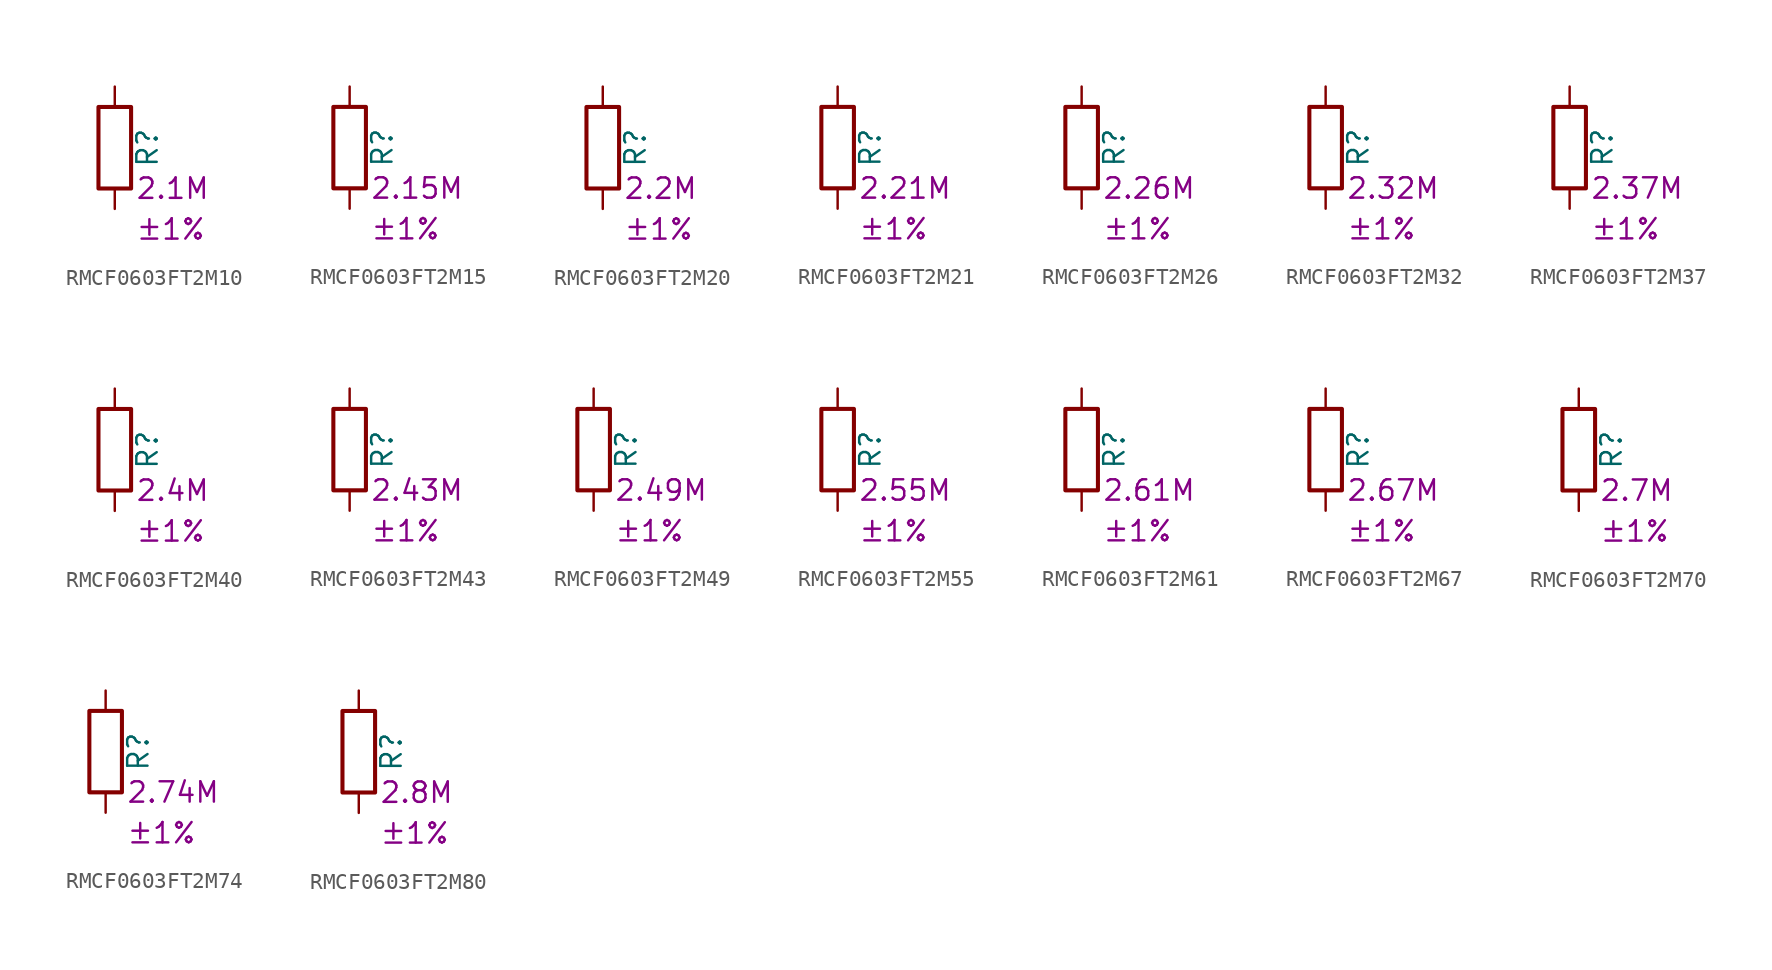
<source format=kicad_sym>
(kicad_symbol_lib
  (version 20220914)
  (generator kicad_symbol_editor)
  (symbol "RMCF0603FT2M10"
    (pin_numbers hide)
    (pin_names
      (offset 0))
    (property "Reference" "R"
      (at 2.032 0 90)
      (effects (font (size 1.27 1.27))))
    (property "Resistance" "2.1M"
      (at 1.27 -2.54 0)
      (effects (font (size 1.27 1.27)) (justify left)))
    (property "Tolerance" "±1%"
      (at 1.27 -5.08 0)
      (effects (font (size 1.27 1.27)) (justify left)))
    (symbol "RMCF0603FT2M10_0_1"
      (rectangle (start -1.016 -2.54) (end 1.016 2.54) (stroke (width 0.254) (type default)) (fill (type none))))
    (symbol "RMCF0603FT2M10_1_1"
      (pin passive line (at 0 3.81 270) (length 1.27) (name "~" (effects (font (size 1.27 1.27)))) (number "1" (effects (font (size 1.27 1.27)))))
      (pin passive line (at 0 -3.81 90) (length 1.27) (name "~" (effects (font (size 1.27 1.27)))) (number "2" (effects (font (size 1.27 1.27)))))))
  (symbol "RMCF0603FT2M15"
    (pin_numbers hide)
    (pin_names
      (offset 0))
    (property "Reference" "R"
      (at 2.032 0 90)
      (effects (font (size 1.27 1.27))))
    (property "Resistance" "2.15M"
      (at 1.27 -2.54 0)
      (effects (font (size 1.27 1.27)) (justify left)))
    (property "Tolerance" "±1%"
      (at 1.27 -5.08 0)
      (effects (font (size 1.27 1.27)) (justify left)))
    (symbol "RMCF0603FT2M15_0_1"
      (rectangle (start -1.016 -2.54) (end 1.016 2.54) (stroke (width 0.254) (type default)) (fill (type none))))
    (symbol "RMCF0603FT2M15_1_1"
      (pin passive line (at 0 3.81 270) (length 1.27) (name "~" (effects (font (size 1.27 1.27)))) (number "1" (effects (font (size 1.27 1.27)))))
      (pin passive line (at 0 -3.81 90) (length 1.27) (name "~" (effects (font (size 1.27 1.27)))) (number "2" (effects (font (size 1.27 1.27)))))))
  (symbol "RMCF0603FT2M20"
    (pin_numbers hide)
    (pin_names
      (offset 0))
    (property "Reference" "R"
      (at 2.032 0 90)
      (effects (font (size 1.27 1.27))))
    (property "Resistance" "2.2M"
      (at 1.27 -2.54 0)
      (effects (font (size 1.27 1.27)) (justify left)))
    (property "Tolerance" "±1%"
      (at 1.27 -5.08 0)
      (effects (font (size 1.27 1.27)) (justify left)))
    (symbol "RMCF0603FT2M20_0_1"
      (rectangle (start -1.016 -2.54) (end 1.016 2.54) (stroke (width 0.254) (type default)) (fill (type none))))
    (symbol "RMCF0603FT2M20_1_1"
      (pin passive line (at 0 3.81 270) (length 1.27) (name "~" (effects (font (size 1.27 1.27)))) (number "1" (effects (font (size 1.27 1.27)))))
      (pin passive line (at 0 -3.81 90) (length 1.27) (name "~" (effects (font (size 1.27 1.27)))) (number "2" (effects (font (size 1.27 1.27)))))))
  (symbol "RMCF0603FT2M21"
    (pin_numbers hide)
    (pin_names
      (offset 0))
    (property "Reference" "R"
      (at 2.032 0 90)
      (effects (font (size 1.27 1.27))))
    (property "Resistance" "2.21M"
      (at 1.27 -2.54 0)
      (effects (font (size 1.27 1.27)) (justify left)))
    (property "Tolerance" "±1%"
      (at 1.27 -5.08 0)
      (effects (font (size 1.27 1.27)) (justify left)))
    (symbol "RMCF0603FT2M21_0_1"
      (rectangle (start -1.016 -2.54) (end 1.016 2.54) (stroke (width 0.254) (type default)) (fill (type none))))
    (symbol "RMCF0603FT2M21_1_1"
      (pin passive line (at 0 3.81 270) (length 1.27) (name "~" (effects (font (size 1.27 1.27)))) (number "1" (effects (font (size 1.27 1.27)))))
      (pin passive line (at 0 -3.81 90) (length 1.27) (name "~" (effects (font (size 1.27 1.27)))) (number "2" (effects (font (size 1.27 1.27)))))))
  (symbol "RMCF0603FT2M26"
    (pin_numbers hide)
    (pin_names
      (offset 0))
    (property "Reference" "R"
      (at 2.032 0 90)
      (effects (font (size 1.27 1.27))))
    (property "Resistance" "2.26M"
      (at 1.27 -2.54 0)
      (effects (font (size 1.27 1.27)) (justify left)))
    (property "Tolerance" "±1%"
      (at 1.27 -5.08 0)
      (effects (font (size 1.27 1.27)) (justify left)))
    (symbol "RMCF0603FT2M26_0_1"
      (rectangle (start -1.016 -2.54) (end 1.016 2.54) (stroke (width 0.254) (type default)) (fill (type none))))
    (symbol "RMCF0603FT2M26_1_1"
      (pin passive line (at 0 3.81 270) (length 1.27) (name "~" (effects (font (size 1.27 1.27)))) (number "1" (effects (font (size 1.27 1.27)))))
      (pin passive line (at 0 -3.81 90) (length 1.27) (name "~" (effects (font (size 1.27 1.27)))) (number "2" (effects (font (size 1.27 1.27)))))))
  (symbol "RMCF0603FT2M32"
    (pin_numbers hide)
    (pin_names
      (offset 0))
    (property "Reference" "R"
      (at 2.032 0 90)
      (effects (font (size 1.27 1.27))))
    (property "Resistance" "2.32M"
      (at 1.27 -2.54 0)
      (effects (font (size 1.27 1.27)) (justify left)))
    (property "Tolerance" "±1%"
      (at 1.27 -5.08 0)
      (effects (font (size 1.27 1.27)) (justify left)))
    (symbol "RMCF0603FT2M32_0_1"
      (rectangle (start -1.016 -2.54) (end 1.016 2.54) (stroke (width 0.254) (type default)) (fill (type none))))
    (symbol "RMCF0603FT2M32_1_1"
      (pin passive line (at 0 3.81 270) (length 1.27) (name "~" (effects (font (size 1.27 1.27)))) (number "1" (effects (font (size 1.27 1.27)))))
      (pin passive line (at 0 -3.81 90) (length 1.27) (name "~" (effects (font (size 1.27 1.27)))) (number "2" (effects (font (size 1.27 1.27)))))))
  (symbol "RMCF0603FT2M37"
    (pin_numbers hide)
    (pin_names
      (offset 0))
    (property "Reference" "R"
      (at 2.032 0 90)
      (effects (font (size 1.27 1.27))))
    (property "Resistance" "2.37M"
      (at 1.27 -2.54 0)
      (effects (font (size 1.27 1.27)) (justify left)))
    (property "Tolerance" "±1%"
      (at 1.27 -5.08 0)
      (effects (font (size 1.27 1.27)) (justify left)))
    (symbol "RMCF0603FT2M37_0_1"
      (rectangle (start -1.016 -2.54) (end 1.016 2.54) (stroke (width 0.254) (type default)) (fill (type none))))
    (symbol "RMCF0603FT2M37_1_1"
      (pin passive line (at 0 3.81 270) (length 1.27) (name "~" (effects (font (size 1.27 1.27)))) (number "1" (effects (font (size 1.27 1.27)))))
      (pin passive line (at 0 -3.81 90) (length 1.27) (name "~" (effects (font (size 1.27 1.27)))) (number "2" (effects (font (size 1.27 1.27)))))))
  (symbol "RMCF0603FT2M40"
    (pin_numbers hide)
    (pin_names
      (offset 0))
    (property "Reference" "R"
      (at 2.032 0 90)
      (effects (font (size 1.27 1.27))))
    (property "Resistance" "2.4M"
      (at 1.27 -2.54 0)
      (effects (font (size 1.27 1.27)) (justify left)))
    (property "Tolerance" "±1%"
      (at 1.27 -5.08 0)
      (effects (font (size 1.27 1.27)) (justify left)))
    (symbol "RMCF0603FT2M40_0_1"
      (rectangle (start -1.016 -2.54) (end 1.016 2.54) (stroke (width 0.254) (type default)) (fill (type none))))
    (symbol "RMCF0603FT2M40_1_1"
      (pin passive line (at 0 3.81 270) (length 1.27) (name "~" (effects (font (size 1.27 1.27)))) (number "1" (effects (font (size 1.27 1.27)))))
      (pin passive line (at 0 -3.81 90) (length 1.27) (name "~" (effects (font (size 1.27 1.27)))) (number "2" (effects (font (size 1.27 1.27)))))))
  (symbol "RMCF0603FT2M43"
    (pin_numbers hide)
    (pin_names
      (offset 0))
    (property "Reference" "R"
      (at 2.032 0 90)
      (effects (font (size 1.27 1.27))))
    (property "Resistance" "2.43M"
      (at 1.27 -2.54 0)
      (effects (font (size 1.27 1.27)) (justify left)))
    (property "Tolerance" "±1%"
      (at 1.27 -5.08 0)
      (effects (font (size 1.27 1.27)) (justify left)))
    (symbol "RMCF0603FT2M43_0_1"
      (rectangle (start -1.016 -2.54) (end 1.016 2.54) (stroke (width 0.254) (type default)) (fill (type none))))
    (symbol "RMCF0603FT2M43_1_1"
      (pin passive line (at 0 3.81 270) (length 1.27) (name "~" (effects (font (size 1.27 1.27)))) (number "1" (effects (font (size 1.27 1.27)))))
      (pin passive line (at 0 -3.81 90) (length 1.27) (name "~" (effects (font (size 1.27 1.27)))) (number "2" (effects (font (size 1.27 1.27)))))))
  (symbol "RMCF0603FT2M49"
    (pin_numbers hide)
    (pin_names
      (offset 0))
    (property "Reference" "R"
      (at 2.032 0 90)
      (effects (font (size 1.27 1.27))))
    (property "Resistance" "2.49M"
      (at 1.27 -2.54 0)
      (effects (font (size 1.27 1.27)) (justify left)))
    (property "Tolerance" "±1%"
      (at 1.27 -5.08 0)
      (effects (font (size 1.27 1.27)) (justify left)))
    (symbol "RMCF0603FT2M49_0_1"
      (rectangle (start -1.016 -2.54) (end 1.016 2.54) (stroke (width 0.254) (type default)) (fill (type none))))
    (symbol "RMCF0603FT2M49_1_1"
      (pin passive line (at 0 3.81 270) (length 1.27) (name "~" (effects (font (size 1.27 1.27)))) (number "1" (effects (font (size 1.27 1.27)))))
      (pin passive line (at 0 -3.81 90) (length 1.27) (name "~" (effects (font (size 1.27 1.27)))) (number "2" (effects (font (size 1.27 1.27)))))))
  (symbol "RMCF0603FT2M55"
    (pin_numbers hide)
    (pin_names
      (offset 0))
    (property "Reference" "R"
      (at 2.032 0 90)
      (effects (font (size 1.27 1.27))))
    (property "Resistance" "2.55M"
      (at 1.27 -2.54 0)
      (effects (font (size 1.27 1.27)) (justify left)))
    (property "Tolerance" "±1%"
      (at 1.27 -5.08 0)
      (effects (font (size 1.27 1.27)) (justify left)))
    (symbol "RMCF0603FT2M55_0_1"
      (rectangle (start -1.016 -2.54) (end 1.016 2.54) (stroke (width 0.254) (type default)) (fill (type none))))
    (symbol "RMCF0603FT2M55_1_1"
      (pin passive line (at 0 3.81 270) (length 1.27) (name "~" (effects (font (size 1.27 1.27)))) (number "1" (effects (font (size 1.27 1.27)))))
      (pin passive line (at 0 -3.81 90) (length 1.27) (name "~" (effects (font (size 1.27 1.27)))) (number "2" (effects (font (size 1.27 1.27)))))))
  (symbol "RMCF0603FT2M61"
    (pin_numbers hide)
    (pin_names
      (offset 0))
    (property "Reference" "R"
      (at 2.032 0 90)
      (effects (font (size 1.27 1.27))))
    (property "Resistance" "2.61M"
      (at 1.27 -2.54 0)
      (effects (font (size 1.27 1.27)) (justify left)))
    (property "Tolerance" "±1%"
      (at 1.27 -5.08 0)
      (effects (font (size 1.27 1.27)) (justify left)))
    (symbol "RMCF0603FT2M61_0_1"
      (rectangle (start -1.016 -2.54) (end 1.016 2.54) (stroke (width 0.254) (type default)) (fill (type none))))
    (symbol "RMCF0603FT2M61_1_1"
      (pin passive line (at 0 3.81 270) (length 1.27) (name "~" (effects (font (size 1.27 1.27)))) (number "1" (effects (font (size 1.27 1.27)))))
      (pin passive line (at 0 -3.81 90) (length 1.27) (name "~" (effects (font (size 1.27 1.27)))) (number "2" (effects (font (size 1.27 1.27)))))))
  (symbol "RMCF0603FT2M67"
    (pin_numbers hide)
    (pin_names
      (offset 0))
    (property "Reference" "R"
      (at 2.032 0 90)
      (effects (font (size 1.27 1.27))))
    (property "Resistance" "2.67M"
      (at 1.27 -2.54 0)
      (effects (font (size 1.27 1.27)) (justify left)))
    (property "Tolerance" "±1%"
      (at 1.27 -5.08 0)
      (effects (font (size 1.27 1.27)) (justify left)))
    (symbol "RMCF0603FT2M67_0_1"
      (rectangle (start -1.016 -2.54) (end 1.016 2.54) (stroke (width 0.254) (type default)) (fill (type none))))
    (symbol "RMCF0603FT2M67_1_1"
      (pin passive line (at 0 3.81 270) (length 1.27) (name "~" (effects (font (size 1.27 1.27)))) (number "1" (effects (font (size 1.27 1.27)))))
      (pin passive line (at 0 -3.81 90) (length 1.27) (name "~" (effects (font (size 1.27 1.27)))) (number "2" (effects (font (size 1.27 1.27)))))))
  (symbol "RMCF0603FT2M70"
    (pin_numbers hide)
    (pin_names
      (offset 0))
    (property "Reference" "R"
      (at 2.032 0 90)
      (effects (font (size 1.27 1.27))))
    (property "Resistance" "2.7M"
      (at 1.27 -2.54 0)
      (effects (font (size 1.27 1.27)) (justify left)))
    (property "Tolerance" "±1%"
      (at 1.27 -5.08 0)
      (effects (font (size 1.27 1.27)) (justify left)))
    (symbol "RMCF0603FT2M70_0_1"
      (rectangle (start -1.016 -2.54) (end 1.016 2.54) (stroke (width 0.254) (type default)) (fill (type none))))
    (symbol "RMCF0603FT2M70_1_1"
      (pin passive line (at 0 3.81 270) (length 1.27) (name "~" (effects (font (size 1.27 1.27)))) (number "1" (effects (font (size 1.27 1.27)))))
      (pin passive line (at 0 -3.81 90) (length 1.27) (name "~" (effects (font (size 1.27 1.27)))) (number "2" (effects (font (size 1.27 1.27)))))))
  (symbol "RMCF0603FT2M74"
    (pin_numbers hide)
    (pin_names
      (offset 0))
    (property "Reference" "R"
      (at 2.032 0 90)
      (effects (font (size 1.27 1.27))))
    (property "Resistance" "2.74M"
      (at 1.27 -2.54 0)
      (effects (font (size 1.27 1.27)) (justify left)))
    (property "Tolerance" "±1%"
      (at 1.27 -5.08 0)
      (effects (font (size 1.27 1.27)) (justify left)))
    (symbol "RMCF0603FT2M74_0_1"
      (rectangle (start -1.016 -2.54) (end 1.016 2.54) (stroke (width 0.254) (type default)) (fill (type none))))
    (symbol "RMCF0603FT2M74_1_1"
      (pin passive line (at 0 3.81 270) (length 1.27) (name "~" (effects (font (size 1.27 1.27)))) (number "1" (effects (font (size 1.27 1.27)))))
      (pin passive line (at 0 -3.81 90) (length 1.27) (name "~" (effects (font (size 1.27 1.27)))) (number "2" (effects (font (size 1.27 1.27)))))))
  (symbol "RMCF0603FT2M80"
    (pin_numbers hide)
    (pin_names
      (offset 0))
    (property "Reference" "R"
      (at 2.032 0 90)
      (effects (font (size 1.27 1.27))))
    (property "Resistance" "2.8M"
      (at 1.27 -2.54 0)
      (effects (font (size 1.27 1.27)) (justify left)))
    (property "Tolerance" "±1%"
      (at 1.27 -5.08 0)
      (effects (font (size 1.27 1.27)) (justify left)))
    (symbol "RMCF0603FT2M80_0_1"
      (rectangle (start -1.016 -2.54) (end 1.016 2.54) (stroke (width 0.254) (type default)) (fill (type none))))
    (symbol "RMCF0603FT2M80_1_1"
      (pin passive line (at 0 3.81 270) (length 1.27) (name "~" (effects (font (size 1.27 1.27)))) (number "1" (effects (font (size 1.27 1.27)))))
      (pin passive line (at 0 -3.81 90) (length 1.27) (name "~" (effects (font (size 1.27 1.27)))) (number "2" (effects (font (size 1.27 1.27))))))))
</source>
